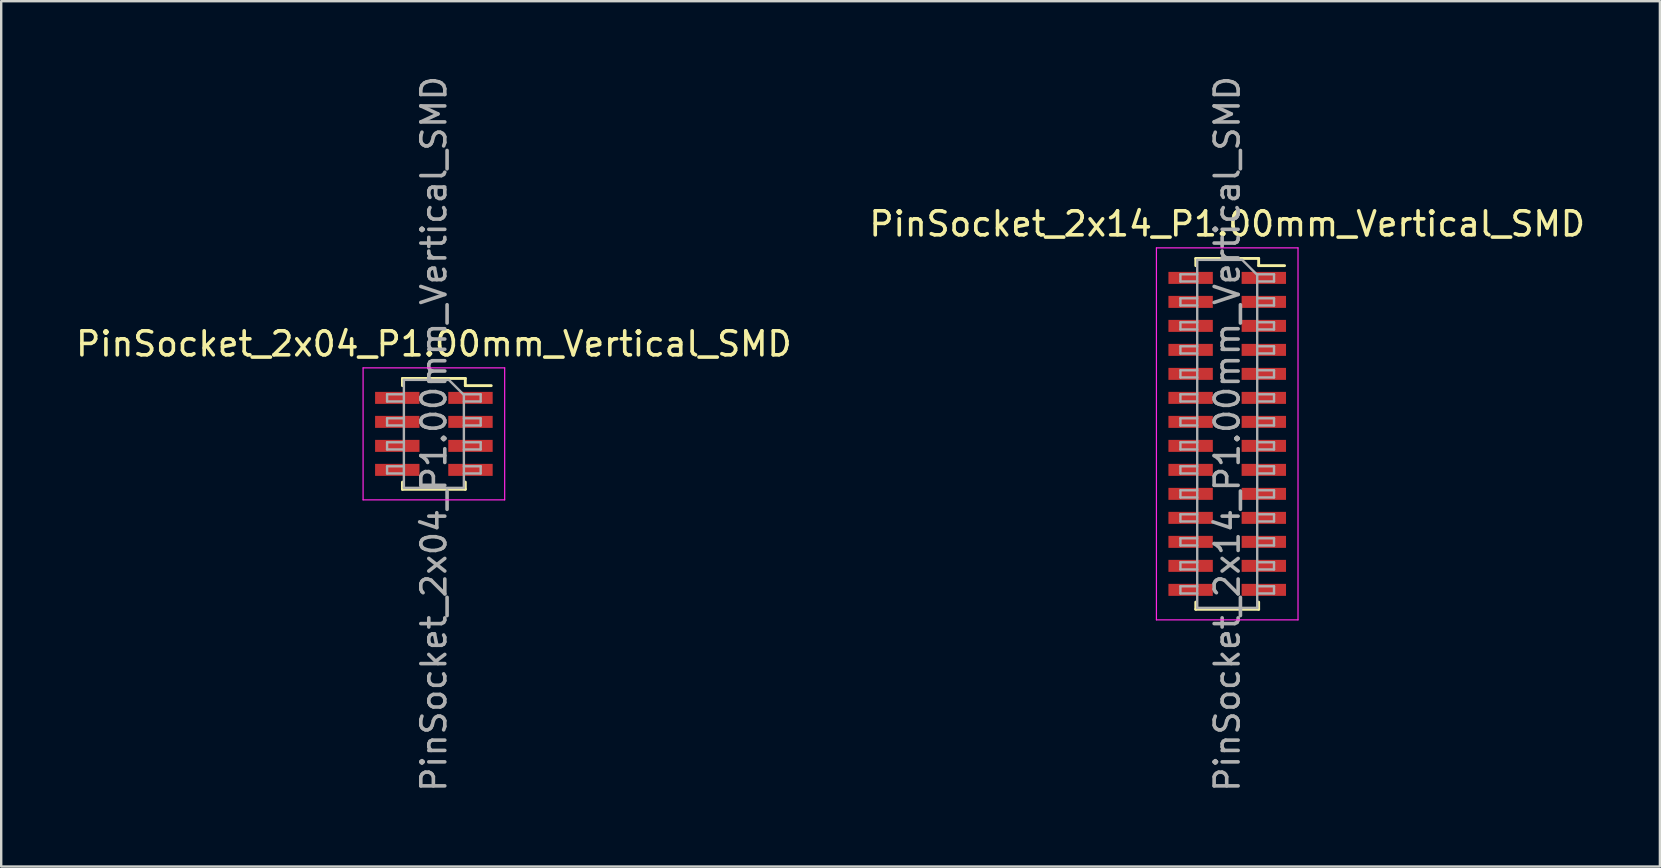
<source format=kicad_pcb>
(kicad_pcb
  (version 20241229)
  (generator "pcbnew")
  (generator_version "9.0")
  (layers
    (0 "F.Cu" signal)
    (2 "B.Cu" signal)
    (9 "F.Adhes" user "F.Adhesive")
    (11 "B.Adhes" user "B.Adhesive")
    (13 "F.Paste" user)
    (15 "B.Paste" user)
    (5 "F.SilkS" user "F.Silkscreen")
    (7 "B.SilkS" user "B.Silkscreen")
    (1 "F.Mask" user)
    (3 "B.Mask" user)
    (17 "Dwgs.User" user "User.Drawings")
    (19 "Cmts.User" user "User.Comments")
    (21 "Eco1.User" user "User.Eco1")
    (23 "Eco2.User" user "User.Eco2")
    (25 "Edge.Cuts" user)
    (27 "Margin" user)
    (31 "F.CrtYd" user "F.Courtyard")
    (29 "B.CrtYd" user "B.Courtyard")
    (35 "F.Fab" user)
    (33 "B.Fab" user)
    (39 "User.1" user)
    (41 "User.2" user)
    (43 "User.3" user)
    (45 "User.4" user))
  (footprint "PinSocket_2x04_P1.00mm_Vertical_SMD"
    (layer "F.Cu")
    (at 15.03 15.03)
    (property "Reference" "PinSocket_2x04_P1.00mm_Vertical_SMD" (at 0 -3.75 0) (layer "F.SilkS") (effects (font (size 1 1) (thickness 0.15))))
    (attr smd)
    (fp_line (start -1.31 -2.31) (end -1.31 -2.01) (stroke (width 0.12) (type solid)) (layer "F.SilkS"))
    (fp_line (start -1.31 -2.31) (end 1.31 -2.31) (stroke (width 0.12) (type solid)) (layer "F.SilkS"))
    (fp_line (start -1.31 2.01) (end -1.31 2.31) (stroke (width 0.12) (type solid)) (layer "F.SilkS"))
    (fp_line (start -1.31 2.31) (end 1.31 2.31) (stroke (width 0.12) (type solid)) (layer "F.SilkS"))
    (fp_line (start 1.31 -2.31) (end 1.31 -2.01) (stroke (width 0.12) (type solid)) (layer "F.SilkS"))
    (fp_line (start 1.31 -2.01) (end 2.39 -2.01) (stroke (width 0.12) (type solid)) (layer "F.SilkS"))
    (fp_line (start 1.31 2.01) (end 1.31 2.31) (stroke (width 0.12) (type solid)) (layer "F.SilkS"))
    (fp_line (start -2.95 -2.75) (end 2.95 -2.75) (stroke (width 0.05) (type solid)) (layer "F.CrtYd"))
    (fp_line (start -2.95 2.75) (end -2.95 -2.75) (stroke (width 0.05) (type solid)) (layer "F.CrtYd"))
    (fp_line (start 2.95 -2.75) (end 2.95 2.75) (stroke (width 0.05) (type solid)) (layer "F.CrtYd"))
    (fp_line (start 2.95 2.75) (end -2.95 2.75) (stroke (width 0.05) (type solid)) (layer "F.CrtYd"))
    (fp_line (start -1.95 -1.65) (end -1.25 -1.65) (stroke (width 0.1) (type solid)) (layer "F.Fab"))
    (fp_line (start -1.95 -1.35) (end -1.95 -1.65) (stroke (width 0.1) (type solid)) (layer "F.Fab"))
    (fp_line (start -1.95 -0.65) (end -1.25 -0.65) (stroke (width 0.1) (type solid)) (layer "F.Fab"))
    (fp_line (start -1.95 -0.35) (end -1.95 -0.65) (stroke (width 0.1) (type solid)) (layer "F.Fab"))
    (fp_line (start -1.95 0.35) (end -1.25 0.35) (stroke (width 0.1) (type solid)) (layer "F.Fab"))
    (fp_line (start -1.95 0.65) (end -1.95 0.35) (stroke (width 0.1) (type solid)) (layer "F.Fab"))
    (fp_line (start -1.95 1.35) (end -1.25 1.35) (stroke (width 0.1) (type solid)) (layer "F.Fab"))
    (fp_line (start -1.95 1.65) (end -1.95 1.35) (stroke (width 0.1) (type solid)) (layer "F.Fab"))
    (fp_line (start -1.25 -2.25) (end 0.625 -2.25) (stroke (width 0.1) (type solid)) (layer "F.Fab"))
    (fp_line (start -1.25 -1.35) (end -1.95 -1.35) (stroke (width 0.1) (type solid)) (layer "F.Fab"))
    (fp_line (start -1.25 -0.35) (end -1.95 -0.35) (stroke (width 0.1) (type solid)) (layer "F.Fab"))
    (fp_line (start -1.25 0.65) (end -1.95 0.65) (stroke (width 0.1) (type solid)) (layer "F.Fab"))
    (fp_line (start -1.25 1.65) (end -1.95 1.65) (stroke (width 0.1) (type solid)) (layer "F.Fab"))
    (fp_line (start -1.25 2.25) (end -1.25 -2.25) (stroke (width 0.1) (type solid)) (layer "F.Fab"))
    (fp_line (start 0.625 -2.25) (end 1.25 -1.625) (stroke (width 0.1) (type solid)) (layer "F.Fab"))
    (fp_line (start 1.25 -1.65) (end 1.95 -1.65) (stroke (width 0.1) (type solid)) (layer "F.Fab"))
    (fp_line (start 1.25 -1.625) (end 1.25 2.25) (stroke (width 0.1) (type solid)) (layer "F.Fab"))
    (fp_line (start 1.25 -0.65) (end 1.95 -0.65) (stroke (width 0.1) (type solid)) (layer "F.Fab"))
    (fp_line (start 1.25 0.35) (end 1.95 0.35) (stroke (width 0.1) (type solid)) (layer "F.Fab"))
    (fp_line (start 1.25 1.35) (end 1.95 1.35) (stroke (width 0.1) (type solid)) (layer "F.Fab"))
    (fp_line (start 1.25 2.25) (end -1.25 2.25) (stroke (width 0.1) (type solid)) (layer "F.Fab"))
    (fp_line (start 1.95 -1.65) (end 1.95 -1.35) (stroke (width 0.1) (type solid)) (layer "F.Fab"))
    (fp_line (start 1.95 -1.35) (end 1.25 -1.35) (stroke (width 0.1) (type solid)) (layer "F.Fab"))
    (fp_line (start 1.95 -0.65) (end 1.95 -0.35) (stroke (width 0.1) (type solid)) (layer "F.Fab"))
    (fp_line (start 1.95 -0.35) (end 1.25 -0.35) (stroke (width 0.1) (type solid)) (layer "F.Fab"))
    (fp_line (start 1.95 0.35) (end 1.95 0.65) (stroke (width 0.1) (type solid)) (layer "F.Fab"))
    (fp_line (start 1.95 0.65) (end 1.25 0.65) (stroke (width 0.1) (type solid)) (layer "F.Fab"))
    (fp_line (start 1.95 1.35) (end 1.95 1.65) (stroke (width 0.1) (type solid)) (layer "F.Fab"))
    (fp_line (start 1.95 1.65) (end 1.25 1.65) (stroke (width 0.1) (type solid)) (layer "F.Fab"))
    (fp_text user "${REFERENCE}" (at 0 0 90) (layer "F.Fab") (effects (font (size 1 1) (thickness 0.15))))
    (pad "1" smd rect (at 1.525 -1.5) (size 1.85 0.5) (layers "F.Cu" "F.Mask" "F.Paste"))
    (pad "2" smd rect (at -1.525 -1.5) (size 1.85 0.5) (layers "F.Cu" "F.Mask" "F.Paste"))
    (pad "3" smd rect (at 1.525 -0.5) (size 1.85 0.5) (layers "F.Cu" "F.Mask" "F.Paste"))
    (pad "4" smd rect (at -1.525 -0.5) (size 1.85 0.5) (layers "F.Cu" "F.Mask" "F.Paste"))
    (pad "5" smd rect (at 1.525 0.5) (size 1.85 0.5) (layers "F.Cu" "F.Mask" "F.Paste"))
    (pad "6" smd rect (at -1.525 0.5) (size 1.85 0.5) (layers "F.Cu" "F.Mask" "F.Paste"))
    (pad "7" smd rect (at 1.525 1.5) (size 1.85 0.5) (layers "F.Cu" "F.Mask" "F.Paste"))
    (pad "8" smd rect (at -1.525 1.5) (size 1.85 0.5) (layers "F.Cu" "F.Mask" "F.Paste")))
  (footprint "PinSocket_2x14_P1.00mm_Vertical_SMD"
    (layer "F.Cu")
    (at 48.089 15.03)
    (property "Reference" "PinSocket_2x14_P1.00mm_Vertical_SMD" (at 0 -8.75 0) (layer "F.SilkS") (effects (font (size 1 1) (thickness 0.15))))
    (attr smd)
    (fp_line (start -1.31 -7.31) (end -1.31 -7.01) (stroke (width 0.12) (type solid)) (layer "F.SilkS"))
    (fp_line (start -1.31 -7.31) (end 1.31 -7.31) (stroke (width 0.12) (type solid)) (layer "F.SilkS"))
    (fp_line (start -1.31 7.01) (end -1.31 7.31) (stroke (width 0.12) (type solid)) (layer "F.SilkS"))
    (fp_line (start -1.31 7.31) (end 1.31 7.31) (stroke (width 0.12) (type solid)) (layer "F.SilkS"))
    (fp_line (start 1.31 -7.31) (end 1.31 -7.01) (stroke (width 0.12) (type solid)) (layer "F.SilkS"))
    (fp_line (start 1.31 -7.01) (end 2.39 -7.01) (stroke (width 0.12) (type solid)) (layer "F.SilkS"))
    (fp_line (start 1.31 7.01) (end 1.31 7.31) (stroke (width 0.12) (type solid)) (layer "F.SilkS"))
    (fp_line (start -2.95 -7.75) (end 2.95 -7.75) (stroke (width 0.05) (type solid)) (layer "F.CrtYd"))
    (fp_line (start -2.95 7.75) (end -2.95 -7.75) (stroke (width 0.05) (type solid)) (layer "F.CrtYd"))
    (fp_line (start 2.95 -7.75) (end 2.95 7.75) (stroke (width 0.05) (type solid)) (layer "F.CrtYd"))
    (fp_line (start 2.95 7.75) (end -2.95 7.75) (stroke (width 0.05) (type solid)) (layer "F.CrtYd"))
    (fp_line (start -1.95 -6.65) (end -1.25 -6.65) (stroke (width 0.1) (type solid)) (layer "F.Fab"))
    (fp_line (start -1.95 -6.35) (end -1.95 -6.65) (stroke (width 0.1) (type solid)) (layer "F.Fab"))
    (fp_line (start -1.95 -5.65) (end -1.25 -5.65) (stroke (width 0.1) (type solid)) (layer "F.Fab"))
    (fp_line (start -1.95 -5.35) (end -1.95 -5.65) (stroke (width 0.1) (type solid)) (layer "F.Fab"))
    (fp_line (start -1.95 -4.65) (end -1.25 -4.65) (stroke (width 0.1) (type solid)) (layer "F.Fab"))
    (fp_line (start -1.95 -4.35) (end -1.95 -4.65) (stroke (width 0.1) (type solid)) (layer "F.Fab"))
    (fp_line (start -1.95 -3.65) (end -1.25 -3.65) (stroke (width 0.1) (type solid)) (layer "F.Fab"))
    (fp_line (start -1.95 -3.35) (end -1.95 -3.65) (stroke (width 0.1) (type solid)) (layer "F.Fab"))
    (fp_line (start -1.95 -2.65) (end -1.25 -2.65) (stroke (width 0.1) (type solid)) (layer "F.Fab"))
    (fp_line (start -1.95 -2.35) (end -1.95 -2.65) (stroke (width 0.1) (type solid)) (layer "F.Fab"))
    (fp_line (start -1.95 -1.65) (end -1.25 -1.65) (stroke (width 0.1) (type solid)) (layer "F.Fab"))
    (fp_line (start -1.95 -1.35) (end -1.95 -1.65) (stroke (width 0.1) (type solid)) (layer "F.Fab"))
    (fp_line (start -1.95 -0.65) (end -1.25 -0.65) (stroke (width 0.1) (type solid)) (layer "F.Fab"))
    (fp_line (start -1.95 -0.35) (end -1.95 -0.65) (stroke (width 0.1) (type solid)) (layer "F.Fab"))
    (fp_line (start -1.95 0.35) (end -1.25 0.35) (stroke (width 0.1) (type solid)) (layer "F.Fab"))
    (fp_line (start -1.95 0.65) (end -1.95 0.35) (stroke (width 0.1) (type solid)) (layer "F.Fab"))
    (fp_line (start -1.95 1.35) (end -1.25 1.35) (stroke (width 0.1) (type solid)) (layer "F.Fab"))
    (fp_line (start -1.95 1.65) (end -1.95 1.35) (stroke (width 0.1) (type solid)) (layer "F.Fab"))
    (fp_line (start -1.95 2.35) (end -1.25 2.35) (stroke (width 0.1) (type solid)) (layer "F.Fab"))
    (fp_line (start -1.95 2.65) (end -1.95 2.35) (stroke (width 0.1) (type solid)) (layer "F.Fab"))
    (fp_line (start -1.95 3.35) (end -1.25 3.35) (stroke (width 0.1) (type solid)) (layer "F.Fab"))
    (fp_line (start -1.95 3.65) (end -1.95 3.35) (stroke (width 0.1) (type solid)) (layer "F.Fab"))
    (fp_line (start -1.95 4.35) (end -1.25 4.35) (stroke (width 0.1) (type solid)) (layer "F.Fab"))
    (fp_line (start -1.95 4.65) (end -1.95 4.35) (stroke (width 0.1) (type solid)) (layer "F.Fab"))
    (fp_line (start -1.95 5.35) (end -1.25 5.35) (stroke (width 0.1) (type solid)) (layer "F.Fab"))
    (fp_line (start -1.95 5.65) (end -1.95 5.35) (stroke (width 0.1) (type solid)) (layer "F.Fab"))
    (fp_line (start -1.95 6.35) (end -1.25 6.35) (stroke (width 0.1) (type solid)) (layer "F.Fab"))
    (fp_line (start -1.95 6.65) (end -1.95 6.35) (stroke (width 0.1) (type solid)) (layer "F.Fab"))
    (fp_line (start -1.25 -7.25) (end 0.625 -7.25) (stroke (width 0.1) (type solid)) (layer "F.Fab"))
    (fp_line (start -1.25 -6.35) (end -1.95 -6.35) (stroke (width 0.1) (type solid)) (layer "F.Fab"))
    (fp_line (start -1.25 -5.35) (end -1.95 -5.35) (stroke (width 0.1) (type solid)) (layer "F.Fab"))
    (fp_line (start -1.25 -4.35) (end -1.95 -4.35) (stroke (width 0.1) (type solid)) (layer "F.Fab"))
    (fp_line (start -1.25 -3.35) (end -1.95 -3.35) (stroke (width 0.1) (type solid)) (layer "F.Fab"))
    (fp_line (start -1.25 -2.35) (end -1.95 -2.35) (stroke (width 0.1) (type solid)) (layer "F.Fab"))
    (fp_line (start -1.25 -1.35) (end -1.95 -1.35) (stroke (width 0.1) (type solid)) (layer "F.Fab"))
    (fp_line (start -1.25 -0.35) (end -1.95 -0.35) (stroke (width 0.1) (type solid)) (layer "F.Fab"))
    (fp_line (start -1.25 0.65) (end -1.95 0.65) (stroke (width 0.1) (type solid)) (layer "F.Fab"))
    (fp_line (start -1.25 1.65) (end -1.95 1.65) (stroke (width 0.1) (type solid)) (layer "F.Fab"))
    (fp_line (start -1.25 2.65) (end -1.95 2.65) (stroke (width 0.1) (type solid)) (layer "F.Fab"))
    (fp_line (start -1.25 3.65) (end -1.95 3.65) (stroke (width 0.1) (type solid)) (layer "F.Fab"))
    (fp_line (start -1.25 4.65) (end -1.95 4.65) (stroke (width 0.1) (type solid)) (layer "F.Fab"))
    (fp_line (start -1.25 5.65) (end -1.95 5.65) (stroke (width 0.1) (type solid)) (layer "F.Fab"))
    (fp_line (start -1.25 6.65) (end -1.95 6.65) (stroke (width 0.1) (type solid)) (layer "F.Fab"))
    (fp_line (start -1.25 7.25) (end -1.25 -7.25) (stroke (width 0.1) (type solid)) (layer "F.Fab"))
    (fp_line (start 0.625 -7.25) (end 1.25 -6.625) (stroke (width 0.1) (type solid)) (layer "F.Fab"))
    (fp_line (start 1.25 -6.65) (end 1.95 -6.65) (stroke (width 0.1) (type solid)) (layer "F.Fab"))
    (fp_line (start 1.25 -6.625) (end 1.25 7.25) (stroke (width 0.1) (type solid)) (layer "F.Fab"))
    (fp_line (start 1.25 -5.65) (end 1.95 -5.65) (stroke (width 0.1) (type solid)) (layer "F.Fab"))
    (fp_line (start 1.25 -4.65) (end 1.95 -4.65) (stroke (width 0.1) (type solid)) (layer "F.Fab"))
    (fp_line (start 1.25 -3.65) (end 1.95 -3.65) (stroke (width 0.1) (type solid)) (layer "F.Fab"))
    (fp_line (start 1.25 -2.65) (end 1.95 -2.65) (stroke (width 0.1) (type solid)) (layer "F.Fab"))
    (fp_line (start 1.25 -1.65) (end 1.95 -1.65) (stroke (width 0.1) (type solid)) (layer "F.Fab"))
    (fp_line (start 1.25 -0.65) (end 1.95 -0.65) (stroke (width 0.1) (type solid)) (layer "F.Fab"))
    (fp_line (start 1.25 0.35) (end 1.95 0.35) (stroke (width 0.1) (type solid)) (layer "F.Fab"))
    (fp_line (start 1.25 1.35) (end 1.95 1.35) (stroke (width 0.1) (type solid)) (layer "F.Fab"))
    (fp_line (start 1.25 2.35) (end 1.95 2.35) (stroke (width 0.1) (type solid)) (layer "F.Fab"))
    (fp_line (start 1.25 3.35) (end 1.95 3.35) (stroke (width 0.1) (type solid)) (layer "F.Fab"))
    (fp_line (start 1.25 4.35) (end 1.95 4.35) (stroke (width 0.1) (type solid)) (layer "F.Fab"))
    (fp_line (start 1.25 5.35) (end 1.95 5.35) (stroke (width 0.1) (type solid)) (layer "F.Fab"))
    (fp_line (start 1.25 6.35) (end 1.95 6.35) (stroke (width 0.1) (type solid)) (layer "F.Fab"))
    (fp_line (start 1.25 7.25) (end -1.25 7.25) (stroke (width 0.1) (type solid)) (layer "F.Fab"))
    (fp_line (start 1.95 -6.65) (end 1.95 -6.35) (stroke (width 0.1) (type solid)) (layer "F.Fab"))
    (fp_line (start 1.95 -6.35) (end 1.25 -6.35) (stroke (width 0.1) (type solid)) (layer "F.Fab"))
    (fp_line (start 1.95 -5.65) (end 1.95 -5.35) (stroke (width 0.1) (type solid)) (layer "F.Fab"))
    (fp_line (start 1.95 -5.35) (end 1.25 -5.35) (stroke (width 0.1) (type solid)) (layer "F.Fab"))
    (fp_line (start 1.95 -4.65) (end 1.95 -4.35) (stroke (width 0.1) (type solid)) (layer "F.Fab"))
    (fp_line (start 1.95 -4.35) (end 1.25 -4.35) (stroke (width 0.1) (type solid)) (layer "F.Fab"))
    (fp_line (start 1.95 -3.65) (end 1.95 -3.35) (stroke (width 0.1) (type solid)) (layer "F.Fab"))
    (fp_line (start 1.95 -3.35) (end 1.25 -3.35) (stroke (width 0.1) (type solid)) (layer "F.Fab"))
    (fp_line (start 1.95 -2.65) (end 1.95 -2.35) (stroke (width 0.1) (type solid)) (layer "F.Fab"))
    (fp_line (start 1.95 -2.35) (end 1.25 -2.35) (stroke (width 0.1) (type solid)) (layer "F.Fab"))
    (fp_line (start 1.95 -1.65) (end 1.95 -1.35) (stroke (width 0.1) (type solid)) (layer "F.Fab"))
    (fp_line (start 1.95 -1.35) (end 1.25 -1.35) (stroke (width 0.1) (type solid)) (layer "F.Fab"))
    (fp_line (start 1.95 -0.65) (end 1.95 -0.35) (stroke (width 0.1) (type solid)) (layer "F.Fab"))
    (fp_line (start 1.95 -0.35) (end 1.25 -0.35) (stroke (width 0.1) (type solid)) (layer "F.Fab"))
    (fp_line (start 1.95 0.35) (end 1.95 0.65) (stroke (width 0.1) (type solid)) (layer "F.Fab"))
    (fp_line (start 1.95 0.65) (end 1.25 0.65) (stroke (width 0.1) (type solid)) (layer "F.Fab"))
    (fp_line (start 1.95 1.35) (end 1.95 1.65) (stroke (width 0.1) (type solid)) (layer "F.Fab"))
    (fp_line (start 1.95 1.65) (end 1.25 1.65) (stroke (width 0.1) (type solid)) (layer "F.Fab"))
    (fp_line (start 1.95 2.35) (end 1.95 2.65) (stroke (width 0.1) (type solid)) (layer "F.Fab"))
    (fp_line (start 1.95 2.65) (end 1.25 2.65) (stroke (width 0.1) (type solid)) (layer "F.Fab"))
    (fp_line (start 1.95 3.35) (end 1.95 3.65) (stroke (width 0.1) (type solid)) (layer "F.Fab"))
    (fp_line (start 1.95 3.65) (end 1.25 3.65) (stroke (width 0.1) (type solid)) (layer "F.Fab"))
    (fp_line (start 1.95 4.35) (end 1.95 4.65) (stroke (width 0.1) (type solid)) (layer "F.Fab"))
    (fp_line (start 1.95 4.65) (end 1.25 4.65) (stroke (width 0.1) (type solid)) (layer "F.Fab"))
    (fp_line (start 1.95 5.35) (end 1.95 5.65) (stroke (width 0.1) (type solid)) (layer "F.Fab"))
    (fp_line (start 1.95 5.65) (end 1.25 5.65) (stroke (width 0.1) (type solid)) (layer "F.Fab"))
    (fp_line (start 1.95 6.35) (end 1.95 6.65) (stroke (width 0.1) (type solid)) (layer "F.Fab"))
    (fp_line (start 1.95 6.65) (end 1.25 6.65) (stroke (width 0.1) (type solid)) (layer "F.Fab"))
    (fp_text user "${REFERENCE}" (at 0 0 90) (layer "F.Fab") (effects (font (size 1 1) (thickness 0.15))))
    (pad "1" smd rect (at 1.525 -6.5) (size 1.85 0.5) (layers "F.Cu" "F.Mask" "F.Paste"))
    (pad "2" smd rect (at -1.525 -6.5) (size 1.85 0.5) (layers "F.Cu" "F.Mask" "F.Paste"))
    (pad "3" smd rect (at 1.525 -5.5) (size 1.85 0.5) (layers "F.Cu" "F.Mask" "F.Paste"))
    (pad "4" smd rect (at -1.525 -5.5) (size 1.85 0.5) (layers "F.Cu" "F.Mask" "F.Paste"))
    (pad "5" smd rect (at 1.525 -4.5) (size 1.85 0.5) (layers "F.Cu" "F.Mask" "F.Paste"))
    (pad "6" smd rect (at -1.525 -4.5) (size 1.85 0.5) (layers "F.Cu" "F.Mask" "F.Paste"))
    (pad "7" smd rect (at 1.525 -3.5) (size 1.85 0.5) (layers "F.Cu" "F.Mask" "F.Paste"))
    (pad "8" smd rect (at -1.525 -3.5) (size 1.85 0.5) (layers "F.Cu" "F.Mask" "F.Paste"))
    (pad "9" smd rect (at 1.525 -2.5) (size 1.85 0.5) (layers "F.Cu" "F.Mask" "F.Paste"))
    (pad "10" smd rect (at -1.525 -2.5) (size 1.85 0.5) (layers "F.Cu" "F.Mask" "F.Paste"))
    (pad "11" smd rect (at 1.525 -1.5) (size 1.85 0.5) (layers "F.Cu" "F.Mask" "F.Paste"))
    (pad "12" smd rect (at -1.525 -1.5) (size 1.85 0.5) (layers "F.Cu" "F.Mask" "F.Paste"))
    (pad "13" smd rect (at 1.525 -0.5) (size 1.85 0.5) (layers "F.Cu" "F.Mask" "F.Paste"))
    (pad "14" smd rect (at -1.525 -0.5) (size 1.85 0.5) (layers "F.Cu" "F.Mask" "F.Paste"))
    (pad "15" smd rect (at 1.525 0.5) (size 1.85 0.5) (layers "F.Cu" "F.Mask" "F.Paste"))
    (pad "16" smd rect (at -1.525 0.5) (size 1.85 0.5) (layers "F.Cu" "F.Mask" "F.Paste"))
    (pad "17" smd rect (at 1.525 1.5) (size 1.85 0.5) (layers "F.Cu" "F.Mask" "F.Paste"))
    (pad "18" smd rect (at -1.525 1.5) (size 1.85 0.5) (layers "F.Cu" "F.Mask" "F.Paste"))
    (pad "19" smd rect (at 1.525 2.5) (size 1.85 0.5) (layers "F.Cu" "F.Mask" "F.Paste"))
    (pad "20" smd rect (at -1.525 2.5) (size 1.85 0.5) (layers "F.Cu" "F.Mask" "F.Paste"))
    (pad "21" smd rect (at 1.525 3.5) (size 1.85 0.5) (layers "F.Cu" "F.Mask" "F.Paste"))
    (pad "22" smd rect (at -1.525 3.5) (size 1.85 0.5) (layers "F.Cu" "F.Mask" "F.Paste"))
    (pad "23" smd rect (at 1.525 4.5) (size 1.85 0.5) (layers "F.Cu" "F.Mask" "F.Paste"))
    (pad "24" smd rect (at -1.525 4.5) (size 1.85 0.5) (layers "F.Cu" "F.Mask" "F.Paste"))
    (pad "25" smd rect (at 1.525 5.5) (size 1.85 0.5) (layers "F.Cu" "F.Mask" "F.Paste"))
    (pad "26" smd rect (at -1.525 5.5) (size 1.85 0.5) (layers "F.Cu" "F.Mask" "F.Paste"))
    (pad "27" smd rect (at 1.525 6.5) (size 1.85 0.5) (layers "F.Cu" "F.Mask" "F.Paste"))
    (pad "28" smd rect (at -1.525 6.5) (size 1.85 0.5) (layers "F.Cu" "F.Mask" "F.Paste")))
  (gr_rect
    (start -3 -3)
    (end 66.119 33.06)
    (stroke (width 0.1) (type default))
    (fill no)
    (layer "Edge.Cuts")))
</source>
